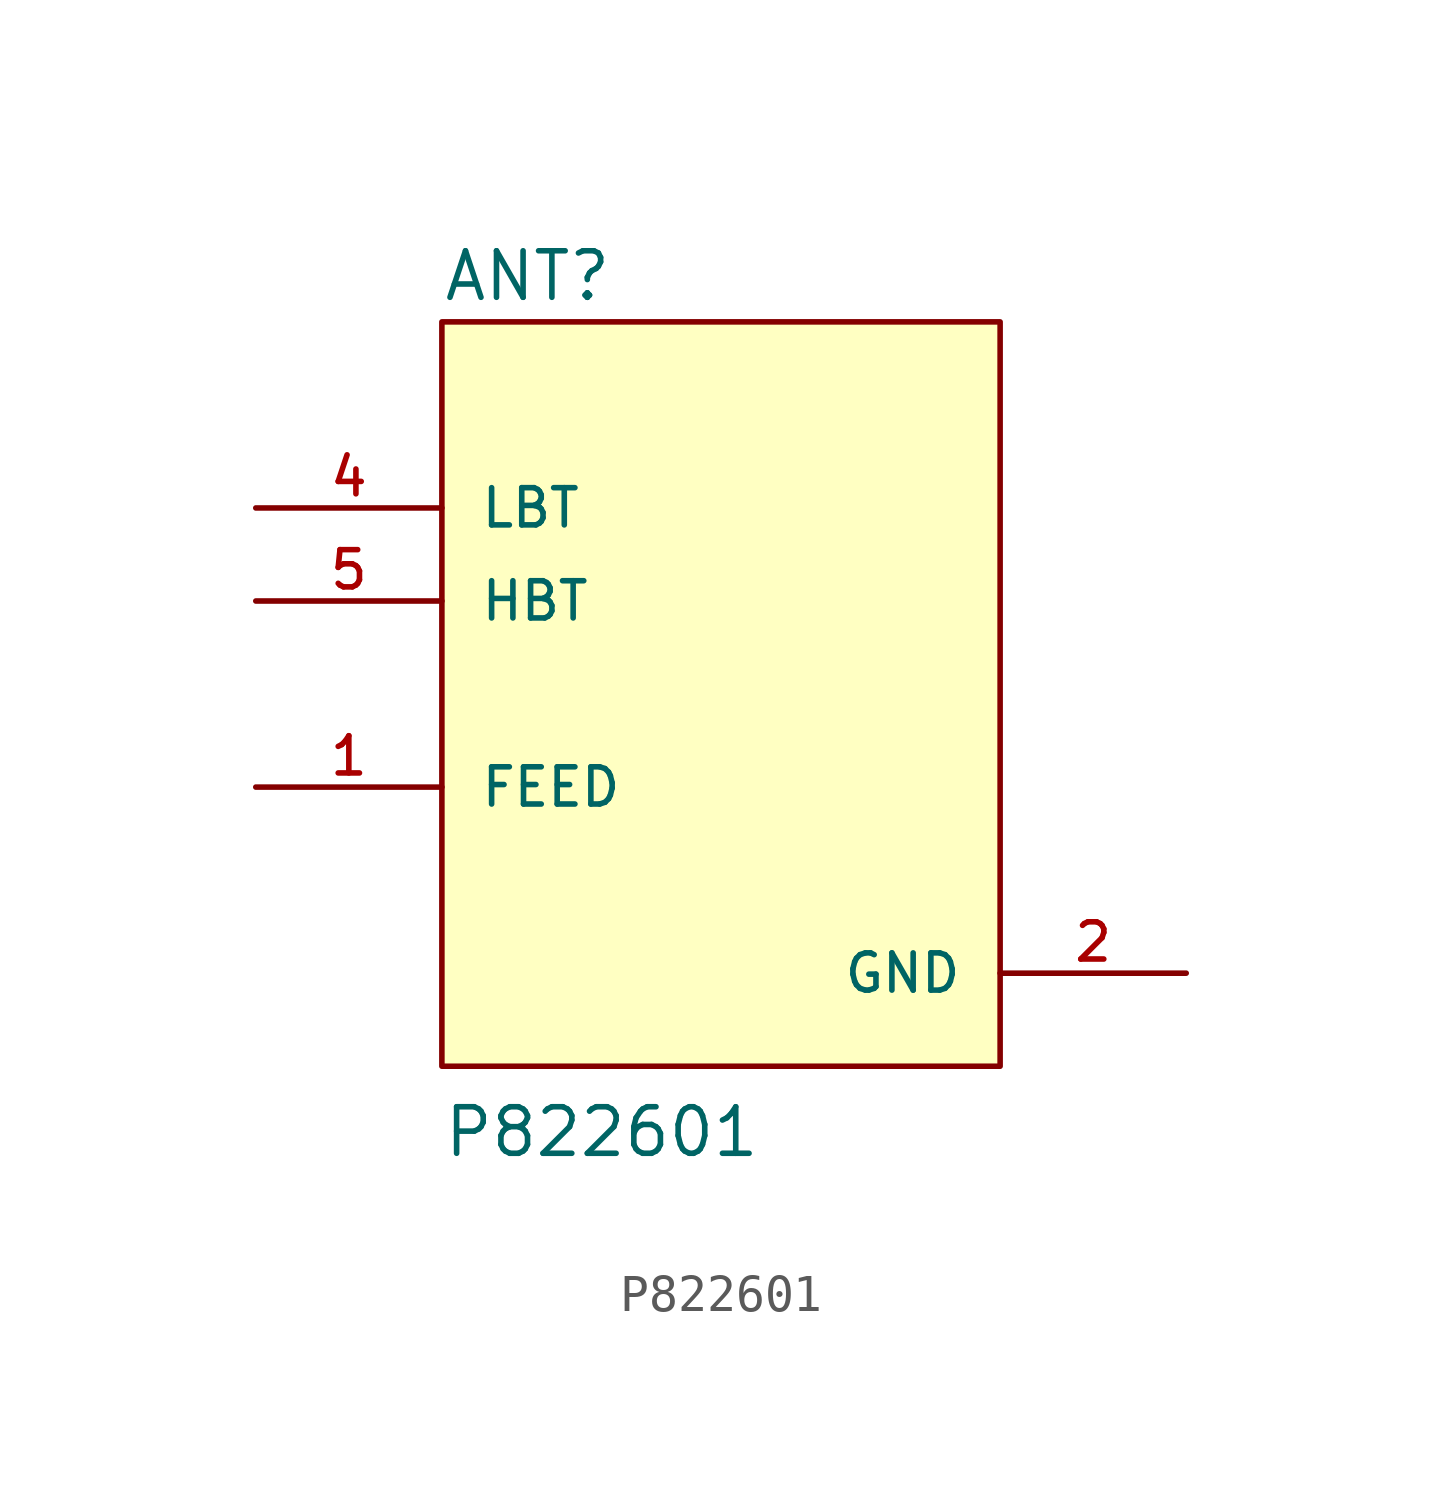
<source format=kicad_sym>
(kicad_symbol_lib
  (version 20211014)
  (generator kicad_symbol_editor)
  (symbol "P822601"
    (pin_names
      (offset 1.016))
    (property "Reference" "ANT"
      (at -7.62 10.668 0)
      (effects (font (size 1.27 1.27)) (justify bottom left)))
    (property "Value" "P822601"
      (at -7.62 -12.7 0)
      (effects (font (size 1.27 1.27)) (justify bottom left)))
    (symbol "P822601_0_0"
      (rectangle (start -7.62 -10.16) (end 7.62 10.16) (stroke (width 0.152)) (fill (type background)))
      (pin bidirectional line (at -12.7 -2.54 0) (length 5.08) (name "FEED" (effects (font (size 1.016 1.016)))) (number "1" (effects (font (size 1.016 1.016)))))
      (pin power_in line (at 12.7 -7.62 180.0) (length 5.08) (name "GND" (effects (font (size 1.016 1.016)))) (number "2" (effects (font (size 1.016 1.016)))))
      (pin input line (at -12.7 5.08 0) (length 5.08) (name "LBT" (effects (font (size 1.016 1.016)))) (number "4" (effects (font (size 1.016 1.016)))))
      (pin input line (at -12.7 2.54 0) (length 5.08) (name "HBT" (effects (font (size 1.016 1.016)))) (number "5" (effects (font (size 1.016 1.016))))))))
</source>
